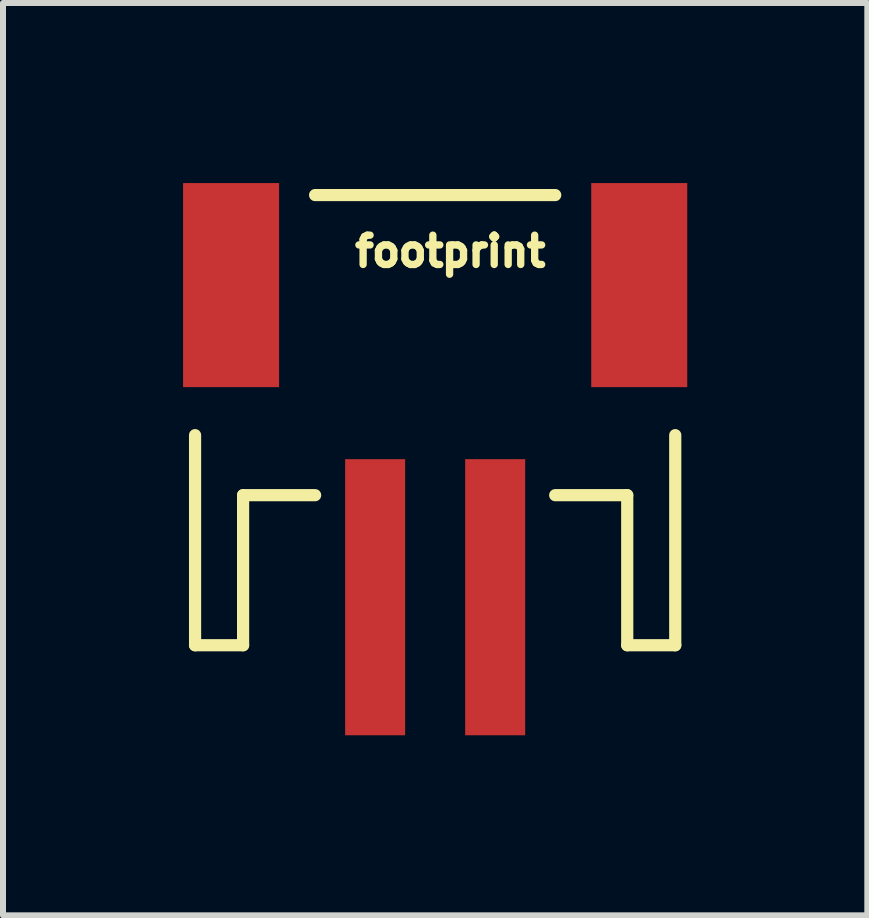
<source format=kicad_pcb>
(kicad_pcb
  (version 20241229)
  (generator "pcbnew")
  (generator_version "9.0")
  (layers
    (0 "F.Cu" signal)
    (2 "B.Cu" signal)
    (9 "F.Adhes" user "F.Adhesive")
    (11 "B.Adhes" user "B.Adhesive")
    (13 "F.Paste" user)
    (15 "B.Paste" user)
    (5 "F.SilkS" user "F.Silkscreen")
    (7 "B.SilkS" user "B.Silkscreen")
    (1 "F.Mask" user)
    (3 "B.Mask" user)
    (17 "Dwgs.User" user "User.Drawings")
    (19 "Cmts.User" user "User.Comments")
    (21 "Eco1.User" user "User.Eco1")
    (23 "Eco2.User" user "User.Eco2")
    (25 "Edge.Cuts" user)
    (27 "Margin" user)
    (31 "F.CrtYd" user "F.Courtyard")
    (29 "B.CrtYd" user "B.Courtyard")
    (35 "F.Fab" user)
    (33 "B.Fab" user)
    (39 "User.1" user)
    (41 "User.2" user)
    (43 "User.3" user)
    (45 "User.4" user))
  (footprint "footprint"
    (layer "F.Cu")
    (at 4.2 3.2)
    (property "Reference" "footprint" (at -1.397 -1.778 0) (layer "F.SilkS") (effects (font (size 0.488 0.488) (thickness 0.122)) (justify left bottom)))
    (fp_line (start -4 1) (end -4 4.5) (stroke (width 0.203) (type solid)) (layer "F.SilkS"))
    (fp_line (start -4 4.5) (end -3.2 4.5) (stroke (width 0.203) (type solid)) (layer "F.SilkS"))
    (fp_line (start -3.2 2) (end -2 2) (stroke (width 0.203) (type solid)) (layer "F.SilkS"))
    (fp_line (start -3.2 4.5) (end -3.2 2) (stroke (width 0.203) (type solid)) (layer "F.SilkS"))
    (fp_line (start 2 -3) (end -2 -3) (stroke (width 0.203) (type solid)) (layer "F.SilkS"))
    (fp_line (start 2 2) (end 3.2 2) (stroke (width 0.203) (type solid)) (layer "F.SilkS"))
    (fp_line (start 3.2 2) (end 3.2 4.5) (stroke (width 0.203) (type solid)) (layer "F.SilkS"))
    (fp_line (start 3.2 4.5) (end 4 4.5) (stroke (width 0.203) (type solid)) (layer "F.SilkS"))
    (fp_line (start 4 4.5) (end 4 1) (stroke (width 0.203) (type solid)) (layer "F.SilkS"))
    (pad "1" smd rect (at -1 3.7) (size 1 4.6) (layers "F.Cu" "F.Mask" "F.Paste"))
    (pad "2" smd rect (at 1 3.7) (size 1 4.6) (layers "F.Cu" "F.Mask" "F.Paste"))
    (pad "NC1" smd rect (at -3.4 -1.5 90) (size 3.4 1.6) (layers "F.Cu" "F.Mask" "F.Paste"))
    (pad "NC2" smd rect (at 3.4 -1.5 90) (size 3.4 1.6) (layers "F.Cu" "F.Mask" "F.Paste")))
  (gr_rect
    (start -3 -3)
    (end 11.4 12.2)
    (stroke (width 0.1) (type default))
    (fill no)
    (layer "Edge.Cuts")))
</source>
